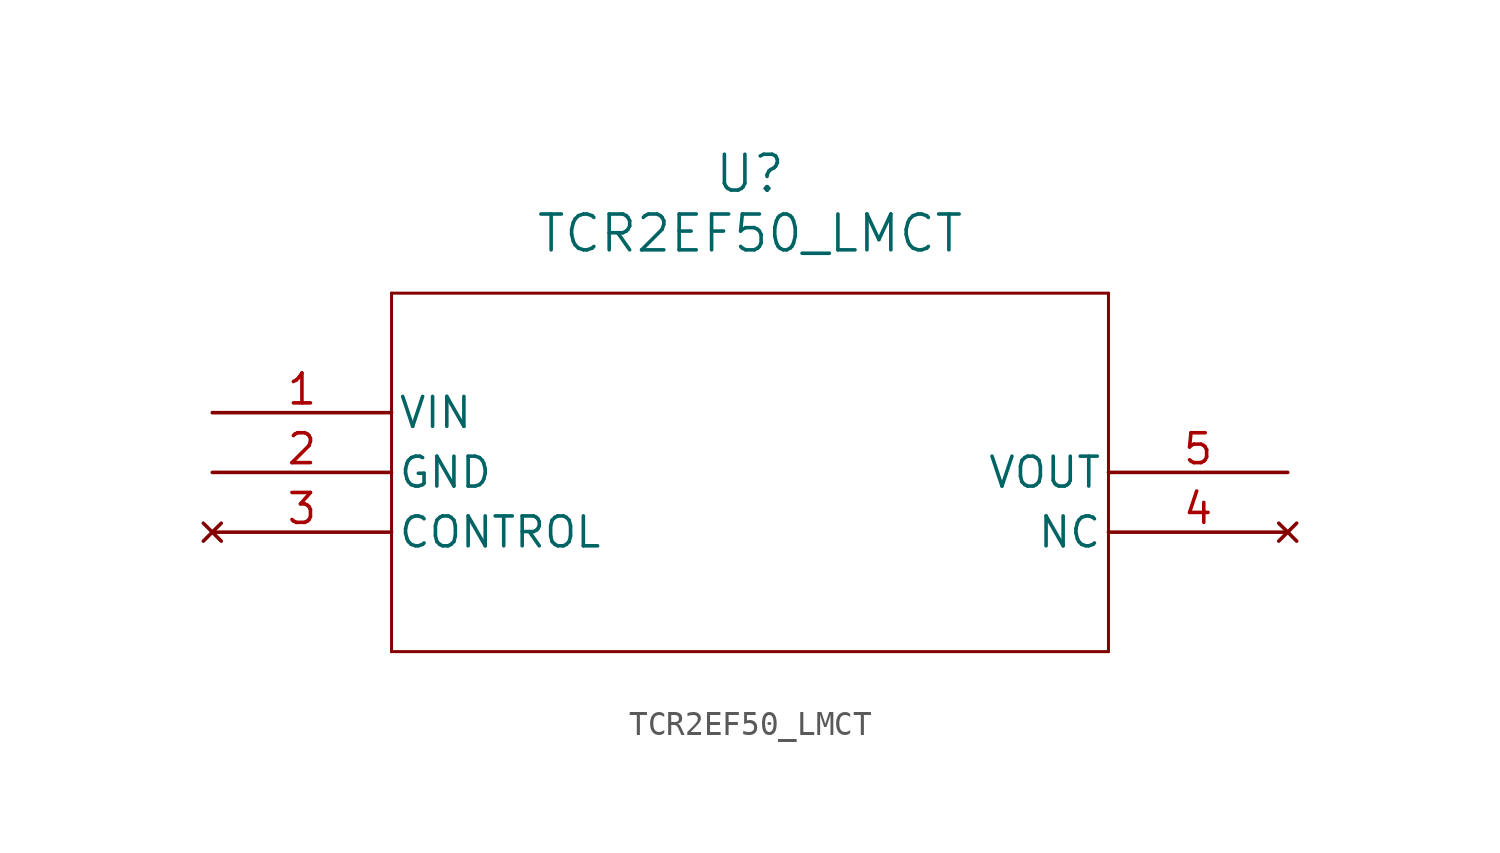
<source format=kicad_sym>
(kicad_symbol_lib
  (version 20211014)
  (generator kicad_symbol_editor)
  (symbol "TCR2EF50_LMCT"
    (pin_names
      (offset 0.254))
    (property "Reference" "U"
      (at 22.86 10.16 0)
      (effects (font (size 1.524 1.524))))
    (property "Value" "TCR2EF50_LMCT"
      (at 22.86 7.62 0)
      (effects (font (size 1.524 1.524))))
    (symbol "TCR2EF50_LMCT_0_1"
      (polyline (pts (xy 7.62 5.08) (xy 7.62 -10.16)) (stroke (width 0.127) (type default) (color 0 0 0 0)) (fill (type none)))
      (polyline (pts (xy 7.62 -10.16) (xy 38.1 -10.16)) (stroke (width 0.127) (type default) (color 0 0 0 0)) (fill (type none)))
      (polyline (pts (xy 38.1 -10.16) (xy 38.1 5.08)) (stroke (width 0.127) (type default) (color 0 0 0 0)) (fill (type none)))
      (polyline (pts (xy 38.1 5.08) (xy 7.62 5.08)) (stroke (width 0.127) (type default) (color 0 0 0 0)) (fill (type none)))
      (pin unspecified line (at 0 0 0) (length 7.62) (name "VIN" (effects (font (size 1.27 1.27)))) (number "1" (effects (font (size 1.27 1.27)))))
      (pin power_out line (at 0 -2.54 0) (length 7.62) (name "GND" (effects (font (size 1.27 1.27)))) (number "2" (effects (font (size 1.27 1.27)))))
      (pin no_connect line (at 0 -5.08 0) (length 7.62) (name "CONTROL" (effects (font (size 1.27 1.27)))) (number "3" (effects (font (size 1.27 1.27)))))
      (pin no_connect line (at 45.72 -5.08 180) (length 7.62) (name "NC" (effects (font (size 1.27 1.27)))) (number "4" (effects (font (size 1.27 1.27)))))
      (pin output line (at 45.72 -2.54 180) (length 7.62) (name "VOUT" (effects (font (size 1.27 1.27)))) (number "5" (effects (font (size 1.27 1.27))))))))
</source>
